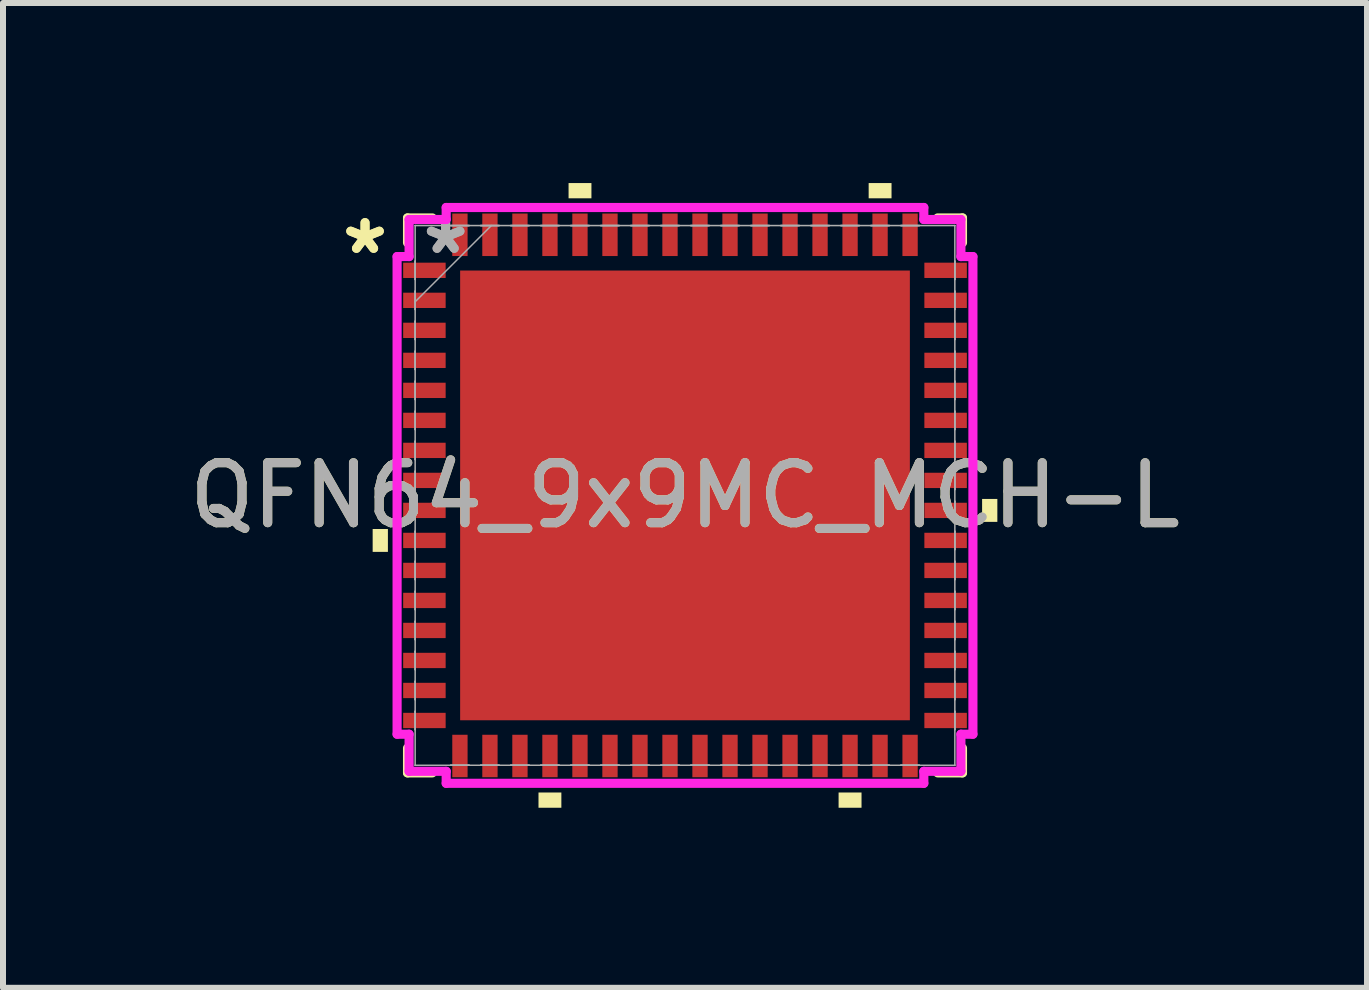
<source format=kicad_pcb>
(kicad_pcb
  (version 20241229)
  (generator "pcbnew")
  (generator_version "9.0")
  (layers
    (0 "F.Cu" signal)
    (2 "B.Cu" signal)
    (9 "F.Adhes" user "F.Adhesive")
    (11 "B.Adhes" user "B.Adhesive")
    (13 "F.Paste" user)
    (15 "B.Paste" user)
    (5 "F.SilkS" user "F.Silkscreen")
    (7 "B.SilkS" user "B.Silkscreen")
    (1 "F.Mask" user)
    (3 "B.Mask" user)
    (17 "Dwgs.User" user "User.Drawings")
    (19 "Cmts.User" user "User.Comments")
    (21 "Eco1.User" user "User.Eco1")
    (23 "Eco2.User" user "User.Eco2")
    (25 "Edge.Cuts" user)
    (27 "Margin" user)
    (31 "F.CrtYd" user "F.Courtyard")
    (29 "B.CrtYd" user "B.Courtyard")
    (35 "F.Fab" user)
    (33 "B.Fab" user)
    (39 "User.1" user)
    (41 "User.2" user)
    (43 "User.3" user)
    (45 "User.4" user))
  (footprint "QFN64_9x9MC_MCH-L"
    (layer "F.Cu")
    (at 8.363 5.204)
    (property "Reference" "QFN64_9x9MC_MCH-L" (at 0 0 0) (unlocked yes) (layer "F.SilkS") (effects (font (size 1 1) (thickness 0.15))))
    (attr smd)
    (fp_line (start -4.623 -4.623) (end -4.623 -4.21) (stroke (width 0.152) (type solid)) (layer "F.SilkS"))
    (fp_line (start -4.623 4.21) (end -4.623 4.623) (stroke (width 0.152) (type solid)) (layer "F.SilkS"))
    (fp_line (start -4.623 4.623) (end -4.21 4.623) (stroke (width 0.152) (type solid)) (layer "F.SilkS"))
    (fp_line (start -4.21 -4.623) (end -4.623 -4.623) (stroke (width 0.152) (type solid)) (layer "F.SilkS"))
    (fp_line (start 4.21 4.623) (end 4.623 4.623) (stroke (width 0.152) (type solid)) (layer "F.SilkS"))
    (fp_line (start 4.623 -4.623) (end 4.21 -4.623) (stroke (width 0.152) (type solid)) (layer "F.SilkS"))
    (fp_line (start 4.623 -4.21) (end 4.623 -4.623) (stroke (width 0.152) (type solid)) (layer "F.SilkS"))
    (fp_line (start 4.623 4.623) (end 4.623 4.21) (stroke (width 0.152) (type solid)) (layer "F.SilkS"))
    (fp_poly (pts (xy -5.204 0.56) (xy -5.204 0.941) (xy -4.95 0.941) (xy -4.95 0.56)) (stroke (width 0) (type solid)) (fill yes) (layer "F.SilkS"))
    (fp_poly (pts (xy -2.441 4.95) (xy -2.441 5.204) (xy -2.06 5.204) (xy -2.06 4.95)) (stroke (width 0) (type solid)) (fill yes) (layer "F.SilkS"))
    (fp_poly (pts (xy -1.94 -4.95) (xy -1.94 -5.204) (xy -1.559 -5.204) (xy -1.559 -4.95)) (stroke (width 0) (type solid)) (fill yes) (layer "F.SilkS"))
    (fp_poly (pts (xy 2.559 4.95) (xy 2.559 5.204) (xy 2.941 5.204) (xy 2.941 4.95)) (stroke (width 0) (type solid)) (fill yes) (layer "F.SilkS"))
    (fp_poly (pts (xy 3.06 -4.95) (xy 3.06 -5.204) (xy 3.441 -5.204) (xy 3.441 -4.95)) (stroke (width 0) (type solid)) (fill yes) (layer "F.SilkS"))
    (fp_poly (pts (xy 5.204 0.059) (xy 5.204 0.441) (xy 4.95 0.441) (xy 4.95 0.059)) (stroke (width 0) (type solid)) (fill yes) (layer "F.SilkS"))
    (fp_poly (pts (xy -3.647 -3.647) (xy -3.647 -2.348) (xy -2.348 -2.348) (xy -2.348 -3.647)) (stroke (width 0) (type solid)) (fill yes) (layer "F.Paste"))
    (fp_poly (pts (xy -3.647 -2.148) (xy -3.647 -0.849) (xy -2.348 -0.849) (xy -2.348 -2.148)) (stroke (width 0) (type solid)) (fill yes) (layer "F.Paste"))
    (fp_poly (pts (xy -3.647 -0.649) (xy -3.647 0.649) (xy -2.348 0.649) (xy -2.348 -0.649)) (stroke (width 0) (type solid)) (fill yes) (layer "F.Paste"))
    (fp_poly (pts (xy -3.647 0.849) (xy -3.647 2.148) (xy -2.348 2.148) (xy -2.348 0.849)) (stroke (width 0) (type solid)) (fill yes) (layer "F.Paste"))
    (fp_poly (pts (xy -3.647 2.348) (xy -3.647 3.647) (xy -2.348 3.647) (xy -2.348 2.348)) (stroke (width 0) (type solid)) (fill yes) (layer "F.Paste"))
    (fp_poly (pts (xy -2.148 -3.647) (xy -2.148 -2.348) (xy -0.849 -2.348) (xy -0.849 -3.647)) (stroke (width 0) (type solid)) (fill yes) (layer "F.Paste"))
    (fp_poly (pts (xy -2.148 -2.148) (xy -2.148 -0.849) (xy -0.849 -0.849) (xy -0.849 -2.148)) (stroke (width 0) (type solid)) (fill yes) (layer "F.Paste"))
    (fp_poly (pts (xy -2.148 -0.649) (xy -2.148 0.649) (xy -0.849 0.649) (xy -0.849 -0.649)) (stroke (width 0) (type solid)) (fill yes) (layer "F.Paste"))
    (fp_poly (pts (xy -2.148 0.849) (xy -2.148 2.148) (xy -0.849 2.148) (xy -0.849 0.849)) (stroke (width 0) (type solid)) (fill yes) (layer "F.Paste"))
    (fp_poly (pts (xy -2.148 2.348) (xy -2.148 3.647) (xy -0.849 3.647) (xy -0.849 2.348)) (stroke (width 0) (type solid)) (fill yes) (layer "F.Paste"))
    (fp_poly (pts (xy -0.649 -3.647) (xy -0.649 -2.348) (xy 0.649 -2.348) (xy 0.649 -3.647)) (stroke (width 0) (type solid)) (fill yes) (layer "F.Paste"))
    (fp_poly (pts (xy -0.649 -2.148) (xy -0.649 -0.849) (xy 0.649 -0.849) (xy 0.649 -2.148)) (stroke (width 0) (type solid)) (fill yes) (layer "F.Paste"))
    (fp_poly (pts (xy -0.649 -0.649) (xy -0.649 0.649) (xy 0.649 0.649) (xy 0.649 -0.649)) (stroke (width 0) (type solid)) (fill yes) (layer "F.Paste"))
    (fp_poly (pts (xy -0.649 0.849) (xy -0.649 2.148) (xy 0.649 2.148) (xy 0.649 0.849)) (stroke (width 0) (type solid)) (fill yes) (layer "F.Paste"))
    (fp_poly (pts (xy -0.649 2.348) (xy -0.649 3.647) (xy 0.649 3.647) (xy 0.649 2.348)) (stroke (width 0) (type solid)) (fill yes) (layer "F.Paste"))
    (fp_poly (pts (xy 0.849 -3.647) (xy 0.849 -2.348) (xy 2.148 -2.348) (xy 2.148 -3.647)) (stroke (width 0) (type solid)) (fill yes) (layer "F.Paste"))
    (fp_poly (pts (xy 0.849 -2.148) (xy 0.849 -0.849) (xy 2.148 -0.849) (xy 2.148 -2.148)) (stroke (width 0) (type solid)) (fill yes) (layer "F.Paste"))
    (fp_poly (pts (xy 0.849 -0.649) (xy 0.849 0.649) (xy 2.148 0.649) (xy 2.148 -0.649)) (stroke (width 0) (type solid)) (fill yes) (layer "F.Paste"))
    (fp_poly (pts (xy 0.849 0.849) (xy 0.849 2.148) (xy 2.148 2.148) (xy 2.148 0.849)) (stroke (width 0) (type solid)) (fill yes) (layer "F.Paste"))
    (fp_poly (pts (xy 0.849 2.348) (xy 0.849 3.647) (xy 2.148 3.647) (xy 2.148 2.348)) (stroke (width 0) (type solid)) (fill yes) (layer "F.Paste"))
    (fp_poly (pts (xy 2.348 -3.647) (xy 2.348 -2.348) (xy 3.647 -2.348) (xy 3.647 -3.647)) (stroke (width 0) (type solid)) (fill yes) (layer "F.Paste"))
    (fp_poly (pts (xy 2.348 -2.148) (xy 2.348 -0.849) (xy 3.647 -0.849) (xy 3.647 -2.148)) (stroke (width 0) (type solid)) (fill yes) (layer "F.Paste"))
    (fp_poly (pts (xy 2.348 -0.649) (xy 2.348 0.649) (xy 3.647 0.649) (xy 3.647 -0.649)) (stroke (width 0) (type solid)) (fill yes) (layer "F.Paste"))
    (fp_poly (pts (xy 2.348 0.849) (xy 2.348 2.148) (xy 3.647 2.148) (xy 3.647 0.849)) (stroke (width 0) (type solid)) (fill yes) (layer "F.Paste"))
    (fp_poly (pts (xy 2.348 2.348) (xy 2.348 3.647) (xy 3.647 3.647) (xy 3.647 2.348)) (stroke (width 0) (type solid)) (fill yes) (layer "F.Paste"))
    (fp_line (start -4.797 -3.979) (end -4.597 -3.979) (stroke (width 0.152) (type solid)) (layer "F.CrtYd"))
    (fp_line (start -4.797 3.979) (end -4.797 -3.979) (stroke (width 0.152) (type solid)) (layer "F.CrtYd"))
    (fp_line (start -4.597 -4.597) (end -3.979 -4.597) (stroke (width 0.152) (type solid)) (layer "F.CrtYd"))
    (fp_line (start -4.597 -3.979) (end -4.597 -4.597) (stroke (width 0.152) (type solid)) (layer "F.CrtYd"))
    (fp_line (start -4.597 3.979) (end -4.797 3.979) (stroke (width 0.152) (type solid)) (layer "F.CrtYd"))
    (fp_line (start -4.597 4.597) (end -4.597 3.979) (stroke (width 0.152) (type solid)) (layer "F.CrtYd"))
    (fp_line (start -3.979 -4.797) (end 3.979 -4.797) (stroke (width 0.152) (type solid)) (layer "F.CrtYd"))
    (fp_line (start -3.979 -4.597) (end -3.979 -4.797) (stroke (width 0.152) (type solid)) (layer "F.CrtYd"))
    (fp_line (start -3.979 4.597) (end -4.597 4.597) (stroke (width 0.152) (type solid)) (layer "F.CrtYd"))
    (fp_line (start -3.979 4.797) (end -3.979 4.597) (stroke (width 0.152) (type solid)) (layer "F.CrtYd"))
    (fp_line (start 3.979 -4.797) (end 3.979 -4.597) (stroke (width 0.152) (type solid)) (layer "F.CrtYd"))
    (fp_line (start 3.979 -4.597) (end 4.597 -4.597) (stroke (width 0.152) (type solid)) (layer "F.CrtYd"))
    (fp_line (start 3.979 4.597) (end 3.979 4.797) (stroke (width 0.152) (type solid)) (layer "F.CrtYd"))
    (fp_line (start 3.979 4.797) (end -3.979 4.797) (stroke (width 0.152) (type solid)) (layer "F.CrtYd"))
    (fp_line (start 4.597 -4.597) (end 4.597 -3.979) (stroke (width 0.152) (type solid)) (layer "F.CrtYd"))
    (fp_line (start 4.597 -3.979) (end 4.797 -3.979) (stroke (width 0.152) (type solid)) (layer "F.CrtYd"))
    (fp_line (start 4.597 3.979) (end 4.597 4.597) (stroke (width 0.152) (type solid)) (layer "F.CrtYd"))
    (fp_line (start 4.597 4.597) (end 3.979 4.597) (stroke (width 0.152) (type solid)) (layer "F.CrtYd"))
    (fp_line (start 4.797 -3.979) (end 4.797 3.979) (stroke (width 0.152) (type solid)) (layer "F.CrtYd"))
    (fp_line (start 4.797 3.979) (end 4.597 3.979) (stroke (width 0.152) (type solid)) (layer "F.CrtYd"))
    (fp_line (start -4.496 -4.496) (end -4.496 -4.496) (stroke (width 0.025) (type solid)) (layer "F.Fab"))
    (fp_line (start -4.496 -4.496) (end -4.496 4.496) (stroke (width 0.025) (type solid)) (layer "F.Fab"))
    (fp_line (start -4.496 -3.902) (end -4.496 -3.902) (stroke (width 0.025) (type solid)) (layer "F.Fab"))
    (fp_line (start -4.496 -3.902) (end -4.496 -3.598) (stroke (width 0.025) (type solid)) (layer "F.Fab"))
    (fp_line (start -4.496 -3.598) (end -4.496 -3.902) (stroke (width 0.025) (type solid)) (layer "F.Fab"))
    (fp_line (start -4.496 -3.598) (end -4.496 -3.598) (stroke (width 0.025) (type solid)) (layer "F.Fab"))
    (fp_line (start -4.496 -3.402) (end -4.496 -3.402) (stroke (width 0.025) (type solid)) (layer "F.Fab"))
    (fp_line (start -4.496 -3.402) (end -4.496 -3.098) (stroke (width 0.025) (type solid)) (layer "F.Fab"))
    (fp_line (start -4.496 -3.226) (end -3.226 -4.496) (stroke (width 0.025) (type solid)) (layer "F.Fab"))
    (fp_line (start -4.496 -3.098) (end -4.496 -3.402) (stroke (width 0.025) (type solid)) (layer "F.Fab"))
    (fp_line (start -4.496 -3.098) (end -4.496 -3.098) (stroke (width 0.025) (type solid)) (layer "F.Fab"))
    (fp_line (start -4.496 -2.902) (end -4.496 -2.902) (stroke (width 0.025) (type solid)) (layer "F.Fab"))
    (fp_line (start -4.496 -2.902) (end -4.496 -2.598) (stroke (width 0.025) (type solid)) (layer "F.Fab"))
    (fp_line (start -4.496 -2.598) (end -4.496 -2.902) (stroke (width 0.025) (type solid)) (layer "F.Fab"))
    (fp_line (start -4.496 -2.598) (end -4.496 -2.598) (stroke (width 0.025) (type solid)) (layer "F.Fab"))
    (fp_line (start -4.496 -2.402) (end -4.496 -2.402) (stroke (width 0.025) (type solid)) (layer "F.Fab"))
    (fp_line (start -4.496 -2.402) (end -4.496 -2.098) (stroke (width 0.025) (type solid)) (layer "F.Fab"))
    (fp_line (start -4.496 -2.098) (end -4.496 -2.402) (stroke (width 0.025) (type solid)) (layer "F.Fab"))
    (fp_line (start -4.496 -2.098) (end -4.496 -2.098) (stroke (width 0.025) (type solid)) (layer "F.Fab"))
    (fp_line (start -4.496 -1.902) (end -4.496 -1.902) (stroke (width 0.025) (type solid)) (layer "F.Fab"))
    (fp_line (start -4.496 -1.902) (end -4.496 -1.598) (stroke (width 0.025) (type solid)) (layer "F.Fab"))
    (fp_line (start -4.496 -1.598) (end -4.496 -1.902) (stroke (width 0.025) (type solid)) (layer "F.Fab"))
    (fp_line (start -4.496 -1.598) (end -4.496 -1.598) (stroke (width 0.025) (type solid)) (layer "F.Fab"))
    (fp_line (start -4.496 -1.402) (end -4.496 -1.402) (stroke (width 0.025) (type solid)) (layer "F.Fab"))
    (fp_line (start -4.496 -1.402) (end -4.496 -1.098) (stroke (width 0.025) (type solid)) (layer "F.Fab"))
    (fp_line (start -4.496 -1.098) (end -4.496 -1.402) (stroke (width 0.025) (type solid)) (layer "F.Fab"))
    (fp_line (start -4.496 -1.098) (end -4.496 -1.098) (stroke (width 0.025) (type solid)) (layer "F.Fab"))
    (fp_line (start -4.496 -0.902) (end -4.496 -0.902) (stroke (width 0.025) (type solid)) (layer "F.Fab"))
    (fp_line (start -4.496 -0.902) (end -4.496 -0.598) (stroke (width 0.025) (type solid)) (layer "F.Fab"))
    (fp_line (start -4.496 -0.598) (end -4.496 -0.902) (stroke (width 0.025) (type solid)) (layer "F.Fab"))
    (fp_line (start -4.496 -0.598) (end -4.496 -0.598) (stroke (width 0.025) (type solid)) (layer "F.Fab"))
    (fp_line (start -4.496 -0.402) (end -4.496 -0.402) (stroke (width 0.025) (type solid)) (layer "F.Fab"))
    (fp_line (start -4.496 -0.402) (end -4.496 -0.098) (stroke (width 0.025) (type solid)) (layer "F.Fab"))
    (fp_line (start -4.496 -0.098) (end -4.496 -0.402) (stroke (width 0.025) (type solid)) (layer "F.Fab"))
    (fp_line (start -4.496 -0.098) (end -4.496 -0.098) (stroke (width 0.025) (type solid)) (layer "F.Fab"))
    (fp_line (start -4.496 0.098) (end -4.496 0.098) (stroke (width 0.025) (type solid)) (layer "F.Fab"))
    (fp_line (start -4.496 0.098) (end -4.496 0.402) (stroke (width 0.025) (type solid)) (layer "F.Fab"))
    (fp_line (start -4.496 0.402) (end -4.496 0.098) (stroke (width 0.025) (type solid)) (layer "F.Fab"))
    (fp_line (start -4.496 0.402) (end -4.496 0.402) (stroke (width 0.025) (type solid)) (layer "F.Fab"))
    (fp_line (start -4.496 0.598) (end -4.496 0.598) (stroke (width 0.025) (type solid)) (layer "F.Fab"))
    (fp_line (start -4.496 0.598) (end -4.496 0.902) (stroke (width 0.025) (type solid)) (layer "F.Fab"))
    (fp_line (start -4.496 0.902) (end -4.496 0.598) (stroke (width 0.025) (type solid)) (layer "F.Fab"))
    (fp_line (start -4.496 0.902) (end -4.496 0.902) (stroke (width 0.025) (type solid)) (layer "F.Fab"))
    (fp_line (start -4.496 1.098) (end -4.496 1.098) (stroke (width 0.025) (type solid)) (layer "F.Fab"))
    (fp_line (start -4.496 1.098) (end -4.496 1.402) (stroke (width 0.025) (type solid)) (layer "F.Fab"))
    (fp_line (start -4.496 1.402) (end -4.496 1.098) (stroke (width 0.025) (type solid)) (layer "F.Fab"))
    (fp_line (start -4.496 1.402) (end -4.496 1.402) (stroke (width 0.025) (type solid)) (layer "F.Fab"))
    (fp_line (start -4.496 1.598) (end -4.496 1.598) (stroke (width 0.025) (type solid)) (layer "F.Fab"))
    (fp_line (start -4.496 1.598) (end -4.496 1.902) (stroke (width 0.025) (type solid)) (layer "F.Fab"))
    (fp_line (start -4.496 1.902) (end -4.496 1.598) (stroke (width 0.025) (type solid)) (layer "F.Fab"))
    (fp_line (start -4.496 1.902) (end -4.496 1.902) (stroke (width 0.025) (type solid)) (layer "F.Fab"))
    (fp_line (start -4.496 2.098) (end -4.496 2.098) (stroke (width 0.025) (type solid)) (layer "F.Fab"))
    (fp_line (start -4.496 2.098) (end -4.496 2.402) (stroke (width 0.025) (type solid)) (layer "F.Fab"))
    (fp_line (start -4.496 2.402) (end -4.496 2.098) (stroke (width 0.025) (type solid)) (layer "F.Fab"))
    (fp_line (start -4.496 2.402) (end -4.496 2.402) (stroke (width 0.025) (type solid)) (layer "F.Fab"))
    (fp_line (start -4.496 2.598) (end -4.496 2.598) (stroke (width 0.025) (type solid)) (layer "F.Fab"))
    (fp_line (start -4.496 2.598) (end -4.496 2.902) (stroke (width 0.025) (type solid)) (layer "F.Fab"))
    (fp_line (start -4.496 2.902) (end -4.496 2.598) (stroke (width 0.025) (type solid)) (layer "F.Fab"))
    (fp_line (start -4.496 2.902) (end -4.496 2.902) (stroke (width 0.025) (type solid)) (layer "F.Fab"))
    (fp_line (start -4.496 3.098) (end -4.496 3.098) (stroke (width 0.025) (type solid)) (layer "F.Fab"))
    (fp_line (start -4.496 3.098) (end -4.496 3.402) (stroke (width 0.025) (type solid)) (layer "F.Fab"))
    (fp_line (start -4.496 3.402) (end -4.496 3.098) (stroke (width 0.025) (type solid)) (layer "F.Fab"))
    (fp_line (start -4.496 3.402) (end -4.496 3.402) (stroke (width 0.025) (type solid)) (layer "F.Fab"))
    (fp_line (start -4.496 3.598) (end -4.496 3.598) (stroke (width 0.025) (type solid)) (layer "F.Fab"))
    (fp_line (start -4.496 3.598) (end -4.496 3.902) (stroke (width 0.025) (type solid)) (layer "F.Fab"))
    (fp_line (start -4.496 3.902) (end -4.496 3.598) (stroke (width 0.025) (type solid)) (layer "F.Fab"))
    (fp_line (start -4.496 3.902) (end -4.496 3.902) (stroke (width 0.025) (type solid)) (layer "F.Fab"))
    (fp_line (start -4.496 4.496) (end -4.496 4.496) (stroke (width 0.025) (type solid)) (layer "F.Fab"))
    (fp_line (start -4.496 4.496) (end 4.496 4.496) (stroke (width 0.025) (type solid)) (layer "F.Fab"))
    (fp_line (start -3.902 -4.496) (end -3.902 -4.496) (stroke (width 0.025) (type solid)) (layer "F.Fab"))
    (fp_line (start -3.902 -4.496) (end -3.598 -4.496) (stroke (width 0.025) (type solid)) (layer "F.Fab"))
    (fp_line (start -3.902 4.496) (end -3.902 4.496) (stroke (width 0.025) (type solid)) (layer "F.Fab"))
    (fp_line (start -3.902 4.496) (end -3.598 4.496) (stroke (width 0.025) (type solid)) (layer "F.Fab"))
    (fp_line (start -3.598 -4.496) (end -3.902 -4.496) (stroke (width 0.025) (type solid)) (layer "F.Fab"))
    (fp_line (start -3.598 -4.496) (end -3.598 -4.496) (stroke (width 0.025) (type solid)) (layer "F.Fab"))
    (fp_line (start -3.598 4.496) (end -3.902 4.496) (stroke (width 0.025) (type solid)) (layer "F.Fab"))
    (fp_line (start -3.598 4.496) (end -3.598 4.496) (stroke (width 0.025) (type solid)) (layer "F.Fab"))
    (fp_line (start -3.402 -4.496) (end -3.402 -4.496) (stroke (width 0.025) (type solid)) (layer "F.Fab"))
    (fp_line (start -3.402 -4.496) (end -3.098 -4.496) (stroke (width 0.025) (type solid)) (layer "F.Fab"))
    (fp_line (start -3.402 4.496) (end -3.402 4.496) (stroke (width 0.025) (type solid)) (layer "F.Fab"))
    (fp_line (start -3.402 4.496) (end -3.098 4.496) (stroke (width 0.025) (type solid)) (layer "F.Fab"))
    (fp_line (start -3.098 -4.496) (end -3.402 -4.496) (stroke (width 0.025) (type solid)) (layer "F.Fab"))
    (fp_line (start -3.098 -4.496) (end -3.098 -4.496) (stroke (width 0.025) (type solid)) (layer "F.Fab"))
    (fp_line (start -3.098 4.496) (end -3.402 4.496) (stroke (width 0.025) (type solid)) (layer "F.Fab"))
    (fp_line (start -3.098 4.496) (end -3.098 4.496) (stroke (width 0.025) (type solid)) (layer "F.Fab"))
    (fp_line (start -2.902 -4.496) (end -2.902 -4.496) (stroke (width 0.025) (type solid)) (layer "F.Fab"))
    (fp_line (start -2.902 -4.496) (end -2.598 -4.496) (stroke (width 0.025) (type solid)) (layer "F.Fab"))
    (fp_line (start -2.902 4.496) (end -2.902 4.496) (stroke (width 0.025) (type solid)) (layer "F.Fab"))
    (fp_line (start -2.902 4.496) (end -2.598 4.496) (stroke (width 0.025) (type solid)) (layer "F.Fab"))
    (fp_line (start -2.598 -4.496) (end -2.902 -4.496) (stroke (width 0.025) (type solid)) (layer "F.Fab"))
    (fp_line (start -2.598 -4.496) (end -2.598 -4.496) (stroke (width 0.025) (type solid)) (layer "F.Fab"))
    (fp_line (start -2.598 4.496) (end -2.902 4.496) (stroke (width 0.025) (type solid)) (layer "F.Fab"))
    (fp_line (start -2.598 4.496) (end -2.598 4.496) (stroke (width 0.025) (type solid)) (layer "F.Fab"))
    (fp_line (start -2.402 -4.496) (end -2.402 -4.496) (stroke (width 0.025) (type solid)) (layer "F.Fab"))
    (fp_line (start -2.402 -4.496) (end -2.098 -4.496) (stroke (width 0.025) (type solid)) (layer "F.Fab"))
    (fp_line (start -2.402 4.496) (end -2.402 4.496) (stroke (width 0.025) (type solid)) (layer "F.Fab"))
    (fp_line (start -2.402 4.496) (end -2.098 4.496) (stroke (width 0.025) (type solid)) (layer "F.Fab"))
    (fp_line (start -2.098 -4.496) (end -2.402 -4.496) (stroke (width 0.025) (type solid)) (layer "F.Fab"))
    (fp_line (start -2.098 -4.496) (end -2.098 -4.496) (stroke (width 0.025) (type solid)) (layer "F.Fab"))
    (fp_line (start -2.098 4.496) (end -2.402 4.496) (stroke (width 0.025) (type solid)) (layer "F.Fab"))
    (fp_line (start -2.098 4.496) (end -2.098 4.496) (stroke (width 0.025) (type solid)) (layer "F.Fab"))
    (fp_line (start -1.902 -4.496) (end -1.902 -4.496) (stroke (width 0.025) (type solid)) (layer "F.Fab"))
    (fp_line (start -1.902 -4.496) (end -1.598 -4.496) (stroke (width 0.025) (type solid)) (layer "F.Fab"))
    (fp_line (start -1.902 4.496) (end -1.902 4.496) (stroke (width 0.025) (type solid)) (layer "F.Fab"))
    (fp_line (start -1.902 4.496) (end -1.598 4.496) (stroke (width 0.025) (type solid)) (layer "F.Fab"))
    (fp_line (start -1.598 -4.496) (end -1.902 -4.496) (stroke (width 0.025) (type solid)) (layer "F.Fab"))
    (fp_line (start -1.598 -4.496) (end -1.598 -4.496) (stroke (width 0.025) (type solid)) (layer "F.Fab"))
    (fp_line (start -1.598 4.496) (end -1.902 4.496) (stroke (width 0.025) (type solid)) (layer "F.Fab"))
    (fp_line (start -1.598 4.496) (end -1.598 4.496) (stroke (width 0.025) (type solid)) (layer "F.Fab"))
    (fp_line (start -1.402 -4.496) (end -1.402 -4.496) (stroke (width 0.025) (type solid)) (layer "F.Fab"))
    (fp_line (start -1.402 -4.496) (end -1.098 -4.496) (stroke (width 0.025) (type solid)) (layer "F.Fab"))
    (fp_line (start -1.402 4.496) (end -1.402 4.496) (stroke (width 0.025) (type solid)) (layer "F.Fab"))
    (fp_line (start -1.402 4.496) (end -1.098 4.496) (stroke (width 0.025) (type solid)) (layer "F.Fab"))
    (fp_line (start -1.098 -4.496) (end -1.402 -4.496) (stroke (width 0.025) (type solid)) (layer "F.Fab"))
    (fp_line (start -1.098 -4.496) (end -1.098 -4.496) (stroke (width 0.025) (type solid)) (layer "F.Fab"))
    (fp_line (start -1.098 4.496) (end -1.402 4.496) (stroke (width 0.025) (type solid)) (layer "F.Fab"))
    (fp_line (start -1.098 4.496) (end -1.098 4.496) (stroke (width 0.025) (type solid)) (layer "F.Fab"))
    (fp_line (start -0.902 -4.496) (end -0.902 -4.496) (stroke (width 0.025) (type solid)) (layer "F.Fab"))
    (fp_line (start -0.902 -4.496) (end -0.598 -4.496) (stroke (width 0.025) (type solid)) (layer "F.Fab"))
    (fp_line (start -0.902 4.496) (end -0.902 4.496) (stroke (width 0.025) (type solid)) (layer "F.Fab"))
    (fp_line (start -0.902 4.496) (end -0.598 4.496) (stroke (width 0.025) (type solid)) (layer "F.Fab"))
    (fp_line (start -0.598 -4.496) (end -0.902 -4.496) (stroke (width 0.025) (type solid)) (layer "F.Fab"))
    (fp_line (start -0.598 -4.496) (end -0.598 -4.496) (stroke (width 0.025) (type solid)) (layer "F.Fab"))
    (fp_line (start -0.598 4.496) (end -0.902 4.496) (stroke (width 0.025) (type solid)) (layer "F.Fab"))
    (fp_line (start -0.598 4.496) (end -0.598 4.496) (stroke (width 0.025) (type solid)) (layer "F.Fab"))
    (fp_line (start -0.402 -4.496) (end -0.402 -4.496) (stroke (width 0.025) (type solid)) (layer "F.Fab"))
    (fp_line (start -0.402 -4.496) (end -0.098 -4.496) (stroke (width 0.025) (type solid)) (layer "F.Fab"))
    (fp_line (start -0.402 4.496) (end -0.402 4.496) (stroke (width 0.025) (type solid)) (layer "F.Fab"))
    (fp_line (start -0.402 4.496) (end -0.098 4.496) (stroke (width 0.025) (type solid)) (layer "F.Fab"))
    (fp_line (start -0.098 -4.496) (end -0.402 -4.496) (stroke (width 0.025) (type solid)) (layer "F.Fab"))
    (fp_line (start -0.098 -4.496) (end -0.098 -4.496) (stroke (width 0.025) (type solid)) (layer "F.Fab"))
    (fp_line (start -0.098 4.496) (end -0.402 4.496) (stroke (width 0.025) (type solid)) (layer "F.Fab"))
    (fp_line (start -0.098 4.496) (end -0.098 4.496) (stroke (width 0.025) (type solid)) (layer "F.Fab"))
    (fp_line (start 0.098 -4.496) (end 0.098 -4.496) (stroke (width 0.025) (type solid)) (layer "F.Fab"))
    (fp_line (start 0.098 -4.496) (end 0.402 -4.496) (stroke (width 0.025) (type solid)) (layer "F.Fab"))
    (fp_line (start 0.098 4.496) (end 0.098 4.496) (stroke (width 0.025) (type solid)) (layer "F.Fab"))
    (fp_line (start 0.098 4.496) (end 0.402 4.496) (stroke (width 0.025) (type solid)) (layer "F.Fab"))
    (fp_line (start 0.402 -4.496) (end 0.098 -4.496) (stroke (width 0.025) (type solid)) (layer "F.Fab"))
    (fp_line (start 0.402 -4.496) (end 0.402 -4.496) (stroke (width 0.025) (type solid)) (layer "F.Fab"))
    (fp_line (start 0.402 4.496) (end 0.098 4.496) (stroke (width 0.025) (type solid)) (layer "F.Fab"))
    (fp_line (start 0.402 4.496) (end 0.402 4.496) (stroke (width 0.025) (type solid)) (layer "F.Fab"))
    (fp_line (start 0.598 -4.496) (end 0.598 -4.496) (stroke (width 0.025) (type solid)) (layer "F.Fab"))
    (fp_line (start 0.598 -4.496) (end 0.902 -4.496) (stroke (width 0.025) (type solid)) (layer "F.Fab"))
    (fp_line (start 0.598 4.496) (end 0.598 4.496) (stroke (width 0.025) (type solid)) (layer "F.Fab"))
    (fp_line (start 0.598 4.496) (end 0.902 4.496) (stroke (width 0.025) (type solid)) (layer "F.Fab"))
    (fp_line (start 0.902 -4.496) (end 0.598 -4.496) (stroke (width 0.025) (type solid)) (layer "F.Fab"))
    (fp_line (start 0.902 -4.496) (end 0.902 -4.496) (stroke (width 0.025) (type solid)) (layer "F.Fab"))
    (fp_line (start 0.902 4.496) (end 0.598 4.496) (stroke (width 0.025) (type solid)) (layer "F.Fab"))
    (fp_line (start 0.902 4.496) (end 0.902 4.496) (stroke (width 0.025) (type solid)) (layer "F.Fab"))
    (fp_line (start 1.098 -4.496) (end 1.098 -4.496) (stroke (width 0.025) (type solid)) (layer "F.Fab"))
    (fp_line (start 1.098 -4.496) (end 1.402 -4.496) (stroke (width 0.025) (type solid)) (layer "F.Fab"))
    (fp_line (start 1.098 4.496) (end 1.098 4.496) (stroke (width 0.025) (type solid)) (layer "F.Fab"))
    (fp_line (start 1.098 4.496) (end 1.402 4.496) (stroke (width 0.025) (type solid)) (layer "F.Fab"))
    (fp_line (start 1.402 -4.496) (end 1.098 -4.496) (stroke (width 0.025) (type solid)) (layer "F.Fab"))
    (fp_line (start 1.402 -4.496) (end 1.402 -4.496) (stroke (width 0.025) (type solid)) (layer "F.Fab"))
    (fp_line (start 1.402 4.496) (end 1.098 4.496) (stroke (width 0.025) (type solid)) (layer "F.Fab"))
    (fp_line (start 1.402 4.496) (end 1.402 4.496) (stroke (width 0.025) (type solid)) (layer "F.Fab"))
    (fp_line (start 1.598 -4.496) (end 1.598 -4.496) (stroke (width 0.025) (type solid)) (layer "F.Fab"))
    (fp_line (start 1.598 -4.496) (end 1.902 -4.496) (stroke (width 0.025) (type solid)) (layer "F.Fab"))
    (fp_line (start 1.598 4.496) (end 1.598 4.496) (stroke (width 0.025) (type solid)) (layer "F.Fab"))
    (fp_line (start 1.598 4.496) (end 1.902 4.496) (stroke (width 0.025) (type solid)) (layer "F.Fab"))
    (fp_line (start 1.902 -4.496) (end 1.598 -4.496) (stroke (width 0.025) (type solid)) (layer "F.Fab"))
    (fp_line (start 1.902 -4.496) (end 1.902 -4.496) (stroke (width 0.025) (type solid)) (layer "F.Fab"))
    (fp_line (start 1.902 4.496) (end 1.598 4.496) (stroke (width 0.025) (type solid)) (layer "F.Fab"))
    (fp_line (start 1.902 4.496) (end 1.902 4.496) (stroke (width 0.025) (type solid)) (layer "F.Fab"))
    (fp_line (start 2.098 -4.496) (end 2.098 -4.496) (stroke (width 0.025) (type solid)) (layer "F.Fab"))
    (fp_line (start 2.098 -4.496) (end 2.402 -4.496) (stroke (width 0.025) (type solid)) (layer "F.Fab"))
    (fp_line (start 2.098 4.496) (end 2.098 4.496) (stroke (width 0.025) (type solid)) (layer "F.Fab"))
    (fp_line (start 2.098 4.496) (end 2.402 4.496) (stroke (width 0.025) (type solid)) (layer "F.Fab"))
    (fp_line (start 2.402 -4.496) (end 2.098 -4.496) (stroke (width 0.025) (type solid)) (layer "F.Fab"))
    (fp_line (start 2.402 -4.496) (end 2.402 -4.496) (stroke (width 0.025) (type solid)) (layer "F.Fab"))
    (fp_line (start 2.402 4.496) (end 2.098 4.496) (stroke (width 0.025) (type solid)) (layer "F.Fab"))
    (fp_line (start 2.402 4.496) (end 2.402 4.496) (stroke (width 0.025) (type solid)) (layer "F.Fab"))
    (fp_line (start 2.598 -4.496) (end 2.598 -4.496) (stroke (width 0.025) (type solid)) (layer "F.Fab"))
    (fp_line (start 2.598 -4.496) (end 2.902 -4.496) (stroke (width 0.025) (type solid)) (layer "F.Fab"))
    (fp_line (start 2.598 4.496) (end 2.598 4.496) (stroke (width 0.025) (type solid)) (layer "F.Fab"))
    (fp_line (start 2.598 4.496) (end 2.902 4.496) (stroke (width 0.025) (type solid)) (layer "F.Fab"))
    (fp_line (start 2.902 -4.496) (end 2.598 -4.496) (stroke (width 0.025) (type solid)) (layer "F.Fab"))
    (fp_line (start 2.902 -4.496) (end 2.902 -4.496) (stroke (width 0.025) (type solid)) (layer "F.Fab"))
    (fp_line (start 2.902 4.496) (end 2.598 4.496) (stroke (width 0.025) (type solid)) (layer "F.Fab"))
    (fp_line (start 2.902 4.496) (end 2.902 4.496) (stroke (width 0.025) (type solid)) (layer "F.Fab"))
    (fp_line (start 3.098 -4.496) (end 3.098 -4.496) (stroke (width 0.025) (type solid)) (layer "F.Fab"))
    (fp_line (start 3.098 -4.496) (end 3.402 -4.496) (stroke (width 0.025) (type solid)) (layer "F.Fab"))
    (fp_line (start 3.098 4.496) (end 3.098 4.496) (stroke (width 0.025) (type solid)) (layer "F.Fab"))
    (fp_line (start 3.098 4.496) (end 3.402 4.496) (stroke (width 0.025) (type solid)) (layer "F.Fab"))
    (fp_line (start 3.402 -4.496) (end 3.098 -4.496) (stroke (width 0.025) (type solid)) (layer "F.Fab"))
    (fp_line (start 3.402 -4.496) (end 3.402 -4.496) (stroke (width 0.025) (type solid)) (layer "F.Fab"))
    (fp_line (start 3.402 4.496) (end 3.098 4.496) (stroke (width 0.025) (type solid)) (layer "F.Fab"))
    (fp_line (start 3.402 4.496) (end 3.402 4.496) (stroke (width 0.025) (type solid)) (layer "F.Fab"))
    (fp_line (start 3.598 -4.496) (end 3.598 -4.496) (stroke (width 0.025) (type solid)) (layer "F.Fab"))
    (fp_line (start 3.598 -4.496) (end 3.902 -4.496) (stroke (width 0.025) (type solid)) (layer "F.Fab"))
    (fp_line (start 3.598 4.496) (end 3.598 4.496) (stroke (width 0.025) (type solid)) (layer "F.Fab"))
    (fp_line (start 3.598 4.496) (end 3.902 4.496) (stroke (width 0.025) (type solid)) (layer "F.Fab"))
    (fp_line (start 3.902 -4.496) (end 3.598 -4.496) (stroke (width 0.025) (type solid)) (layer "F.Fab"))
    (fp_line (start 3.902 -4.496) (end 3.902 -4.496) (stroke (width 0.025) (type solid)) (layer "F.Fab"))
    (fp_line (start 3.902 4.496) (end 3.598 4.496) (stroke (width 0.025) (type solid)) (layer "F.Fab"))
    (fp_line (start 3.902 4.496) (end 3.902 4.496) (stroke (width 0.025) (type solid)) (layer "F.Fab"))
    (fp_line (start 4.496 -4.496) (end -4.496 -4.496) (stroke (width 0.025) (type solid)) (layer "F.Fab"))
    (fp_line (start 4.496 -4.496) (end 4.496 -4.496) (stroke (width 0.025) (type solid)) (layer "F.Fab"))
    (fp_line (start 4.496 -3.902) (end 4.496 -3.902) (stroke (width 0.025) (type solid)) (layer "F.Fab"))
    (fp_line (start 4.496 -3.902) (end 4.496 -3.598) (stroke (width 0.025) (type solid)) (layer "F.Fab"))
    (fp_line (start 4.496 -3.598) (end 4.496 -3.902) (stroke (width 0.025) (type solid)) (layer "F.Fab"))
    (fp_line (start 4.496 -3.598) (end 4.496 -3.598) (stroke (width 0.025) (type solid)) (layer "F.Fab"))
    (fp_line (start 4.496 -3.402) (end 4.496 -3.402) (stroke (width 0.025) (type solid)) (layer "F.Fab"))
    (fp_line (start 4.496 -3.402) (end 4.496 -3.098) (stroke (width 0.025) (type solid)) (layer "F.Fab"))
    (fp_line (start 4.496 -3.098) (end 4.496 -3.402) (stroke (width 0.025) (type solid)) (layer "F.Fab"))
    (fp_line (start 4.496 -3.098) (end 4.496 -3.098) (stroke (width 0.025) (type solid)) (layer "F.Fab"))
    (fp_line (start 4.496 -2.902) (end 4.496 -2.902) (stroke (width 0.025) (type solid)) (layer "F.Fab"))
    (fp_line (start 4.496 -2.902) (end 4.496 -2.598) (stroke (width 0.025) (type solid)) (layer "F.Fab"))
    (fp_line (start 4.496 -2.598) (end 4.496 -2.902) (stroke (width 0.025) (type solid)) (layer "F.Fab"))
    (fp_line (start 4.496 -2.598) (end 4.496 -2.598) (stroke (width 0.025) (type solid)) (layer "F.Fab"))
    (fp_line (start 4.496 -2.402) (end 4.496 -2.402) (stroke (width 0.025) (type solid)) (layer "F.Fab"))
    (fp_line (start 4.496 -2.402) (end 4.496 -2.098) (stroke (width 0.025) (type solid)) (layer "F.Fab"))
    (fp_line (start 4.496 -2.098) (end 4.496 -2.402) (stroke (width 0.025) (type solid)) (layer "F.Fab"))
    (fp_line (start 4.496 -2.098) (end 4.496 -2.098) (stroke (width 0.025) (type solid)) (layer "F.Fab"))
    (fp_line (start 4.496 -1.902) (end 4.496 -1.902) (stroke (width 0.025) (type solid)) (layer "F.Fab"))
    (fp_line (start 4.496 -1.902) (end 4.496 -1.598) (stroke (width 0.025) (type solid)) (layer "F.Fab"))
    (fp_line (start 4.496 -1.598) (end 4.496 -1.902) (stroke (width 0.025) (type solid)) (layer "F.Fab"))
    (fp_line (start 4.496 -1.598) (end 4.496 -1.598) (stroke (width 0.025) (type solid)) (layer "F.Fab"))
    (fp_line (start 4.496 -1.402) (end 4.496 -1.402) (stroke (width 0.025) (type solid)) (layer "F.Fab"))
    (fp_line (start 4.496 -1.402) (end 4.496 -1.098) (stroke (width 0.025) (type solid)) (layer "F.Fab"))
    (fp_line (start 4.496 -1.098) (end 4.496 -1.402) (stroke (width 0.025) (type solid)) (layer "F.Fab"))
    (fp_line (start 4.496 -1.098) (end 4.496 -1.098) (stroke (width 0.025) (type solid)) (layer "F.Fab"))
    (fp_line (start 4.496 -0.902) (end 4.496 -0.902) (stroke (width 0.025) (type solid)) (layer "F.Fab"))
    (fp_line (start 4.496 -0.902) (end 4.496 -0.598) (stroke (width 0.025) (type solid)) (layer "F.Fab"))
    (fp_line (start 4.496 -0.598) (end 4.496 -0.902) (stroke (width 0.025) (type solid)) (layer "F.Fab"))
    (fp_line (start 4.496 -0.598) (end 4.496 -0.598) (stroke (width 0.025) (type solid)) (layer "F.Fab"))
    (fp_line (start 4.496 -0.402) (end 4.496 -0.402) (stroke (width 0.025) (type solid)) (layer "F.Fab"))
    (fp_line (start 4.496 -0.402) (end 4.496 -0.098) (stroke (width 0.025) (type solid)) (layer "F.Fab"))
    (fp_line (start 4.496 -0.098) (end 4.496 -0.402) (stroke (width 0.025) (type solid)) (layer "F.Fab"))
    (fp_line (start 4.496 -0.098) (end 4.496 -0.098) (stroke (width 0.025) (type solid)) (layer "F.Fab"))
    (fp_line (start 4.496 0.098) (end 4.496 0.098) (stroke (width 0.025) (type solid)) (layer "F.Fab"))
    (fp_line (start 4.496 0.098) (end 4.496 0.402) (stroke (width 0.025) (type solid)) (layer "F.Fab"))
    (fp_line (start 4.496 0.402) (end 4.496 0.098) (stroke (width 0.025) (type solid)) (layer "F.Fab"))
    (fp_line (start 4.496 0.402) (end 4.496 0.402) (stroke (width 0.025) (type solid)) (layer "F.Fab"))
    (fp_line (start 4.496 0.598) (end 4.496 0.598) (stroke (width 0.025) (type solid)) (layer "F.Fab"))
    (fp_line (start 4.496 0.598) (end 4.496 0.902) (stroke (width 0.025) (type solid)) (layer "F.Fab"))
    (fp_line (start 4.496 0.902) (end 4.496 0.598) (stroke (width 0.025) (type solid)) (layer "F.Fab"))
    (fp_line (start 4.496 0.902) (end 4.496 0.902) (stroke (width 0.025) (type solid)) (layer "F.Fab"))
    (fp_line (start 4.496 1.098) (end 4.496 1.098) (stroke (width 0.025) (type solid)) (layer "F.Fab"))
    (fp_line (start 4.496 1.098) (end 4.496 1.402) (stroke (width 0.025) (type solid)) (layer "F.Fab"))
    (fp_line (start 4.496 1.402) (end 4.496 1.098) (stroke (width 0.025) (type solid)) (layer "F.Fab"))
    (fp_line (start 4.496 1.402) (end 4.496 1.402) (stroke (width 0.025) (type solid)) (layer "F.Fab"))
    (fp_line (start 4.496 1.598) (end 4.496 1.598) (stroke (width 0.025) (type solid)) (layer "F.Fab"))
    (fp_line (start 4.496 1.598) (end 4.496 1.902) (stroke (width 0.025) (type solid)) (layer "F.Fab"))
    (fp_line (start 4.496 1.902) (end 4.496 1.598) (stroke (width 0.025) (type solid)) (layer "F.Fab"))
    (fp_line (start 4.496 1.902) (end 4.496 1.902) (stroke (width 0.025) (type solid)) (layer "F.Fab"))
    (fp_line (start 4.496 2.098) (end 4.496 2.098) (stroke (width 0.025) (type solid)) (layer "F.Fab"))
    (fp_line (start 4.496 2.098) (end 4.496 2.402) (stroke (width 0.025) (type solid)) (layer "F.Fab"))
    (fp_line (start 4.496 2.402) (end 4.496 2.098) (stroke (width 0.025) (type solid)) (layer "F.Fab"))
    (fp_line (start 4.496 2.402) (end 4.496 2.402) (stroke (width 0.025) (type solid)) (layer "F.Fab"))
    (fp_line (start 4.496 2.598) (end 4.496 2.598) (stroke (width 0.025) (type solid)) (layer "F.Fab"))
    (fp_line (start 4.496 2.598) (end 4.496 2.902) (stroke (width 0.025) (type solid)) (layer "F.Fab"))
    (fp_line (start 4.496 2.902) (end 4.496 2.598) (stroke (width 0.025) (type solid)) (layer "F.Fab"))
    (fp_line (start 4.496 2.902) (end 4.496 2.902) (stroke (width 0.025) (type solid)) (layer "F.Fab"))
    (fp_line (start 4.496 3.098) (end 4.496 3.098) (stroke (width 0.025) (type solid)) (layer "F.Fab"))
    (fp_line (start 4.496 3.098) (end 4.496 3.402) (stroke (width 0.025) (type solid)) (layer "F.Fab"))
    (fp_line (start 4.496 3.402) (end 4.496 3.098) (stroke (width 0.025) (type solid)) (layer "F.Fab"))
    (fp_line (start 4.496 3.402) (end 4.496 3.402) (stroke (width 0.025) (type solid)) (layer "F.Fab"))
    (fp_line (start 4.496 3.598) (end 4.496 3.598) (stroke (width 0.025) (type solid)) (layer "F.Fab"))
    (fp_line (start 4.496 3.598) (end 4.496 3.902) (stroke (width 0.025) (type solid)) (layer "F.Fab"))
    (fp_line (start 4.496 3.902) (end 4.496 3.598) (stroke (width 0.025) (type solid)) (layer "F.Fab"))
    (fp_line (start 4.496 3.902) (end 4.496 3.902) (stroke (width 0.025) (type solid)) (layer "F.Fab"))
    (fp_line (start 4.496 4.496) (end 4.496 -4.496) (stroke (width 0.025) (type solid)) (layer "F.Fab"))
    (fp_line (start 4.496 4.496) (end 4.496 4.496) (stroke (width 0.025) (type solid)) (layer "F.Fab"))
    (fp_text user "*" (at -5.331 -4 0) (unlocked yes) (layer "F.SilkS") (effects (font (size 1 1) (thickness 0.15))))
    (fp_text user "*" (at -5.331 -4 0) (layer "F.SilkS") (effects (font (size 1 1) (thickness 0.15))))
    (fp_text user "*" (at -3.988 -4 0) (layer "F.Fab") (effects (font (size 1 1) (thickness 0.15))))
    (fp_text user "${REFERENCE}" (at 0 0 0) (unlocked yes) (layer "F.Fab") (effects (font (size 1 1) (thickness 0.15))))
    (fp_text user "*" (at -3.988 -4 0) (unlocked yes) (layer "F.Fab") (effects (font (size 1 1) (thickness 0.15))))
    (pad "1" smd rect (at -4.342 -3.75 90) (size 0.255 0.708) (layers "F.Cu" "F.Mask" "F.Paste"))
    (pad "2" smd rect (at -4.342 -3.25 90) (size 0.255 0.708) (layers "F.Cu" "F.Mask" "F.Paste"))
    (pad "3" smd rect (at -4.342 -2.75 90) (size 0.255 0.708) (layers "F.Cu" "F.Mask" "F.Paste"))
    (pad "4" smd rect (at -4.342 -2.25 90) (size 0.255 0.708) (layers "F.Cu" "F.Mask" "F.Paste"))
    (pad "5" smd rect (at -4.342 -1.75 90) (size 0.255 0.708) (layers "F.Cu" "F.Mask" "F.Paste"))
    (pad "6" smd rect (at -4.342 -1.25 90) (size 0.255 0.708) (layers "F.Cu" "F.Mask" "F.Paste"))
    (pad "7" smd rect (at -4.342 -0.75 90) (size 0.255 0.708) (layers "F.Cu" "F.Mask" "F.Paste"))
    (pad "8" smd rect (at -4.342 -0.25 90) (size 0.255 0.708) (layers "F.Cu" "F.Mask" "F.Paste"))
    (pad "9" smd rect (at -4.342 0.25 90) (size 0.255 0.708) (layers "F.Cu" "F.Mask" "F.Paste"))
    (pad "10" smd rect (at -4.342 0.75 90) (size 0.255 0.708) (layers "F.Cu" "F.Mask" "F.Paste"))
    (pad "11" smd rect (at -4.342 1.25 90) (size 0.255 0.708) (layers "F.Cu" "F.Mask" "F.Paste"))
    (pad "12" smd rect (at -4.342 1.75 90) (size 0.255 0.708) (layers "F.Cu" "F.Mask" "F.Paste"))
    (pad "13" smd rect (at -4.342 2.25 90) (size 0.255 0.708) (layers "F.Cu" "F.Mask" "F.Paste"))
    (pad "14" smd rect (at -4.342 2.75 90) (size 0.255 0.708) (layers "F.Cu" "F.Mask" "F.Paste"))
    (pad "15" smd rect (at -4.342 3.25 90) (size 0.255 0.708) (layers "F.Cu" "F.Mask" "F.Paste"))
    (pad "16" smd rect (at -4.342 3.75 90) (size 0.255 0.708) (layers "F.Cu" "F.Mask" "F.Paste"))
    (pad "17" smd rect (at -3.75 4.342) (size 0.255 0.708) (layers "F.Cu" "F.Mask" "F.Paste"))
    (pad "18" smd rect (at -3.25 4.342) (size 0.255 0.708) (layers "F.Cu" "F.Mask" "F.Paste"))
    (pad "19" smd rect (at -2.75 4.342) (size 0.255 0.708) (layers "F.Cu" "F.Mask" "F.Paste"))
    (pad "20" smd rect (at -2.25 4.342) (size 0.255 0.708) (layers "F.Cu" "F.Mask" "F.Paste"))
    (pad "21" smd rect (at -1.75 4.342) (size 0.255 0.708) (layers "F.Cu" "F.Mask" "F.Paste"))
    (pad "22" smd rect (at -1.25 4.342) (size 0.255 0.708) (layers "F.Cu" "F.Mask" "F.Paste"))
    (pad "23" smd rect (at -0.75 4.342) (size 0.255 0.708) (layers "F.Cu" "F.Mask" "F.Paste"))
    (pad "24" smd rect (at -0.25 4.342) (size 0.255 0.708) (layers "F.Cu" "F.Mask" "F.Paste"))
    (pad "25" smd rect (at 0.25 4.342) (size 0.255 0.708) (layers "F.Cu" "F.Mask" "F.Paste"))
    (pad "26" smd rect (at 0.75 4.342) (size 0.255 0.708) (layers "F.Cu" "F.Mask" "F.Paste"))
    (pad "27" smd rect (at 1.25 4.342) (size 0.255 0.708) (layers "F.Cu" "F.Mask" "F.Paste"))
    (pad "28" smd rect (at 1.75 4.342) (size 0.255 0.708) (layers "F.Cu" "F.Mask" "F.Paste"))
    (pad "29" smd rect (at 2.25 4.342) (size 0.255 0.708) (layers "F.Cu" "F.Mask" "F.Paste"))
    (pad "30" smd rect (at 2.75 4.342) (size 0.255 0.708) (layers "F.Cu" "F.Mask" "F.Paste"))
    (pad "31" smd rect (at 3.25 4.342) (size 0.255 0.708) (layers "F.Cu" "F.Mask" "F.Paste"))
    (pad "32" smd rect (at 3.75 4.342) (size 0.255 0.708) (layers "F.Cu" "F.Mask" "F.Paste"))
    (pad "33" smd rect (at 4.342 3.75 90) (size 0.255 0.708) (layers "F.Cu" "F.Mask" "F.Paste"))
    (pad "34" smd rect (at 4.342 3.25 90) (size 0.255 0.708) (layers "F.Cu" "F.Mask" "F.Paste"))
    (pad "35" smd rect (at 4.342 2.75 90) (size 0.255 0.708) (layers "F.Cu" "F.Mask" "F.Paste"))
    (pad "36" smd rect (at 4.342 2.25 90) (size 0.255 0.708) (layers "F.Cu" "F.Mask" "F.Paste"))
    (pad "37" smd rect (at 4.342 1.75 90) (size 0.255 0.708) (layers "F.Cu" "F.Mask" "F.Paste"))
    (pad "38" smd rect (at 4.342 1.25 90) (size 0.255 0.708) (layers "F.Cu" "F.Mask" "F.Paste"))
    (pad "39" smd rect (at 4.342 0.75 90) (size 0.255 0.708) (layers "F.Cu" "F.Mask" "F.Paste"))
    (pad "40" smd rect (at 4.342 0.25 90) (size 0.255 0.708) (layers "F.Cu" "F.Mask" "F.Paste"))
    (pad "41" smd rect (at 4.342 -0.25 90) (size 0.255 0.708) (layers "F.Cu" "F.Mask" "F.Paste"))
    (pad "42" smd rect (at 4.342 -0.75 90) (size 0.255 0.708) (layers "F.Cu" "F.Mask" "F.Paste"))
    (pad "43" smd rect (at 4.342 -1.25 90) (size 0.255 0.708) (layers "F.Cu" "F.Mask" "F.Paste"))
    (pad "44" smd rect (at 4.342 -1.75 90) (size 0.255 0.708) (layers "F.Cu" "F.Mask" "F.Paste"))
    (pad "45" smd rect (at 4.342 -2.25 90) (size 0.255 0.708) (layers "F.Cu" "F.Mask" "F.Paste"))
    (pad "46" smd rect (at 4.342 -2.75 90) (size 0.255 0.708) (layers "F.Cu" "F.Mask" "F.Paste"))
    (pad "47" smd rect (at 4.342 -3.25 90) (size 0.255 0.708) (layers "F.Cu" "F.Mask" "F.Paste"))
    (pad "48" smd rect (at 4.342 -3.75 90) (size 0.255 0.708) (layers "F.Cu" "F.Mask" "F.Paste"))
    (pad "49" smd rect (at 3.75 -4.342) (size 0.255 0.708) (layers "F.Cu" "F.Mask" "F.Paste"))
    (pad "50" smd rect (at 3.25 -4.342) (size 0.255 0.708) (layers "F.Cu" "F.Mask" "F.Paste"))
    (pad "51" smd rect (at 2.75 -4.342) (size 0.255 0.708) (layers "F.Cu" "F.Mask" "F.Paste"))
    (pad "52" smd rect (at 2.25 -4.342) (size 0.255 0.708) (layers "F.Cu" "F.Mask" "F.Paste"))
    (pad "53" smd rect (at 1.75 -4.342) (size 0.255 0.708) (layers "F.Cu" "F.Mask" "F.Paste"))
    (pad "54" smd rect (at 1.25 -4.342) (size 0.255 0.708) (layers "F.Cu" "F.Mask" "F.Paste"))
    (pad "55" smd rect (at 0.75 -4.342) (size 0.255 0.708) (layers "F.Cu" "F.Mask" "F.Paste"))
    (pad "56" smd rect (at 0.25 -4.342) (size 0.255 0.708) (layers "F.Cu" "F.Mask" "F.Paste"))
    (pad "57" smd rect (at -0.25 -4.342) (size 0.255 0.708) (layers "F.Cu" "F.Mask" "F.Paste"))
    (pad "58" smd rect (at -0.75 -4.342) (size 0.255 0.708) (layers "F.Cu" "F.Mask" "F.Paste"))
    (pad "59" smd rect (at -1.25 -4.342) (size 0.255 0.708) (layers "F.Cu" "F.Mask" "F.Paste"))
    (pad "60" smd rect (at -1.75 -4.342) (size 0.255 0.708) (layers "F.Cu" "F.Mask" "F.Paste"))
    (pad "61" smd rect (at -2.25 -4.342) (size 0.255 0.708) (layers "F.Cu" "F.Mask" "F.Paste"))
    (pad "62" smd rect (at -2.75 -4.342) (size 0.255 0.708) (layers "F.Cu" "F.Mask" "F.Paste"))
    (pad "63" smd rect (at -3.25 -4.342) (size 0.255 0.708) (layers "F.Cu" "F.Mask" "F.Paste"))
    (pad "64" smd rect (at -3.75 -4.342) (size 0.255 0.708) (layers "F.Cu" "F.Mask" "F.Paste"))
    (pad "65" smd rect (at 0 0) (size 7.493 7.493) (layers "F.Cu" "F.Mask" "F.Paste")))
  (gr_rect
    (start -3 -3)
    (end 19.726 13.408)
    (stroke (width 0.1) (type default))
    (fill no)
    (layer "Edge.Cuts")))
</source>
